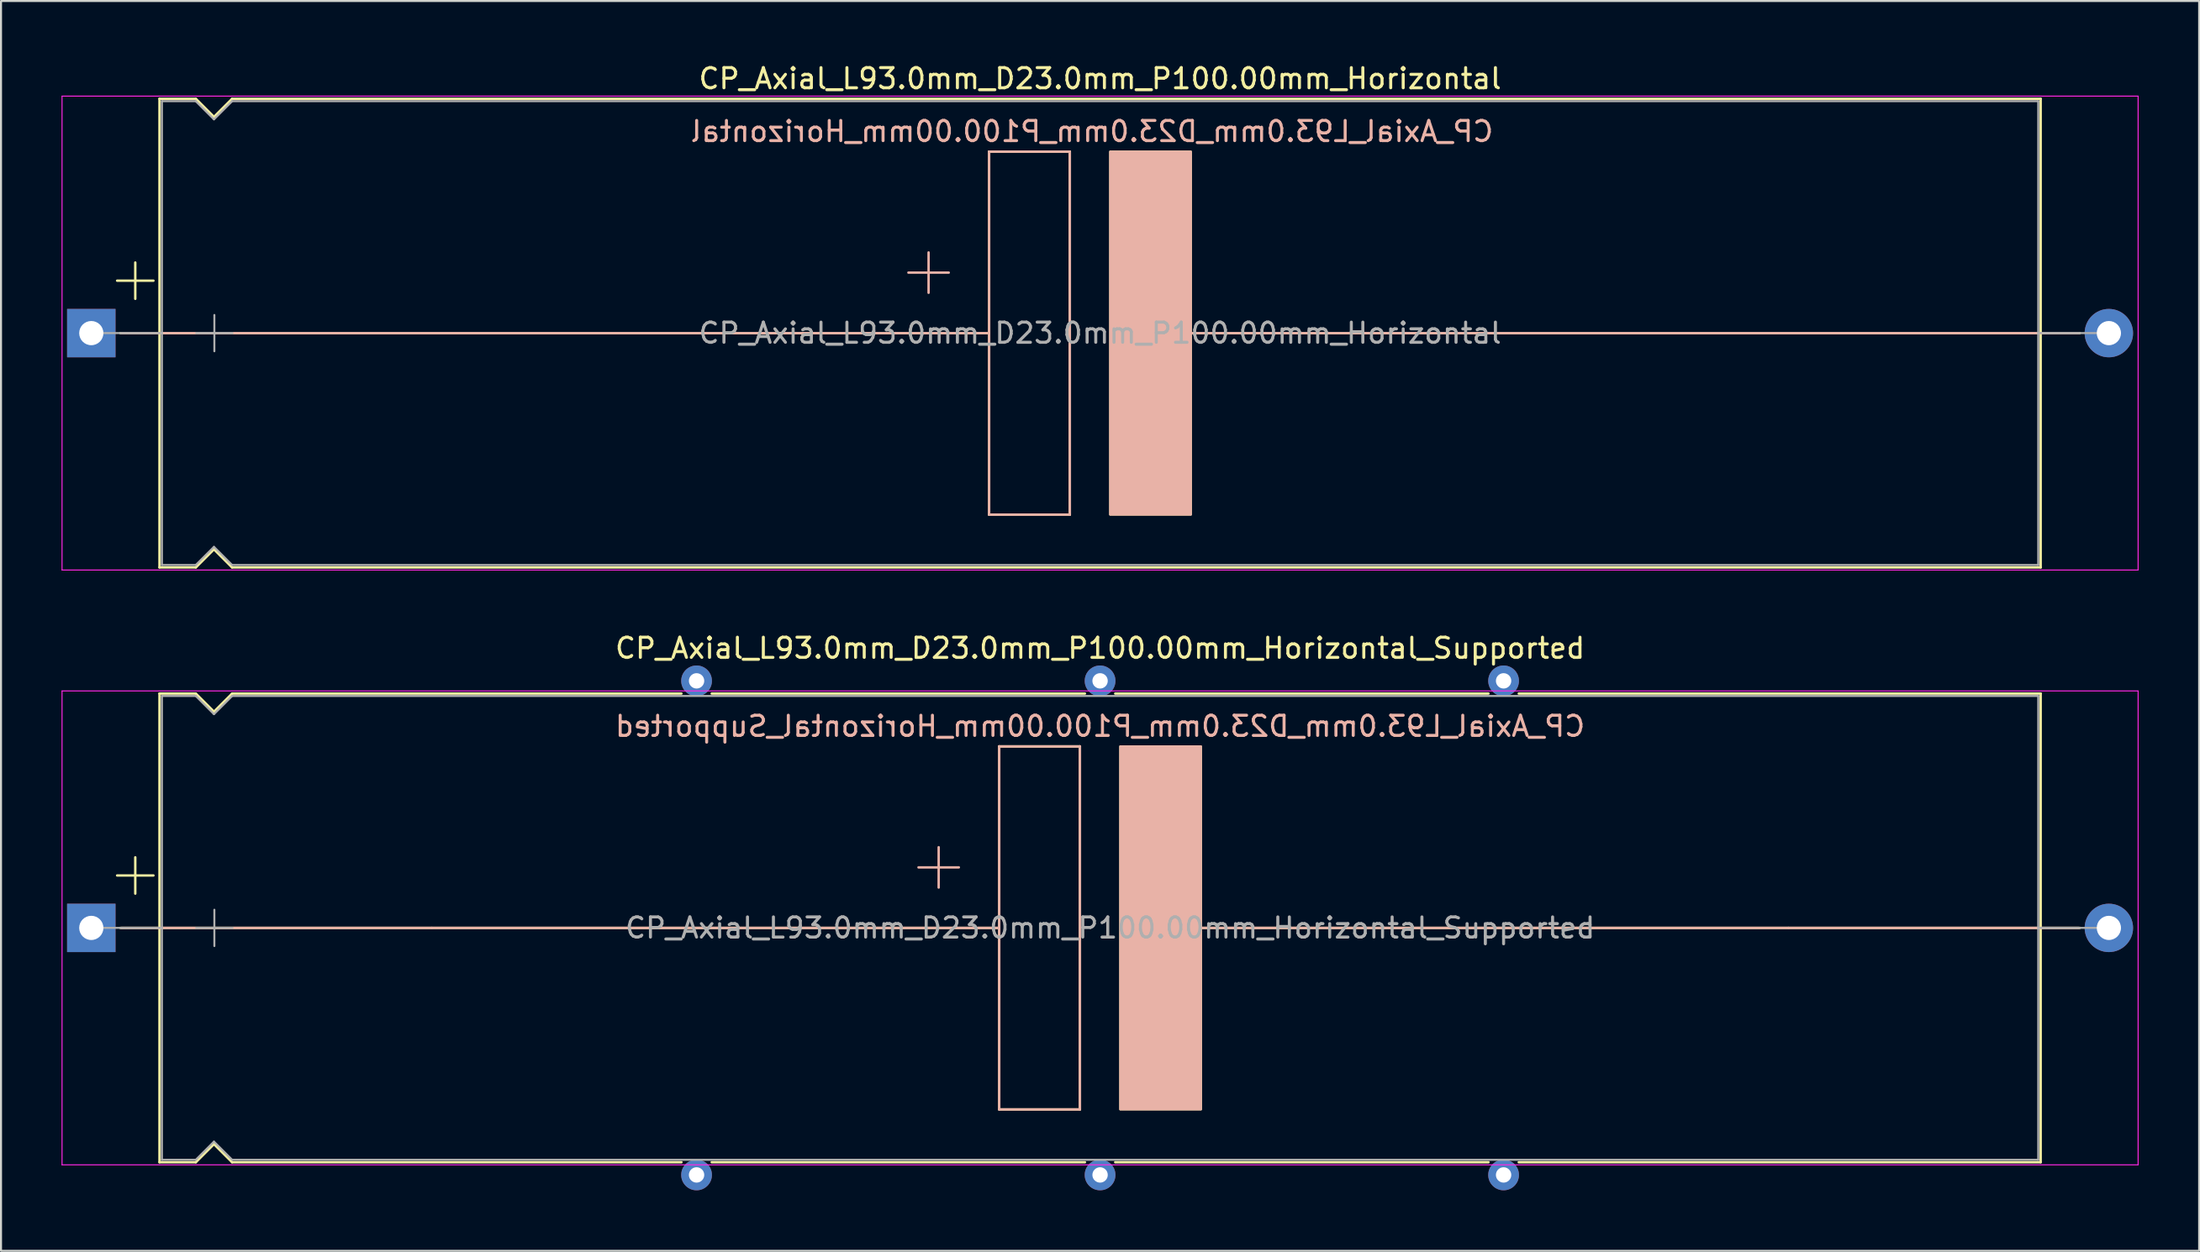
<source format=kicad_pcb>
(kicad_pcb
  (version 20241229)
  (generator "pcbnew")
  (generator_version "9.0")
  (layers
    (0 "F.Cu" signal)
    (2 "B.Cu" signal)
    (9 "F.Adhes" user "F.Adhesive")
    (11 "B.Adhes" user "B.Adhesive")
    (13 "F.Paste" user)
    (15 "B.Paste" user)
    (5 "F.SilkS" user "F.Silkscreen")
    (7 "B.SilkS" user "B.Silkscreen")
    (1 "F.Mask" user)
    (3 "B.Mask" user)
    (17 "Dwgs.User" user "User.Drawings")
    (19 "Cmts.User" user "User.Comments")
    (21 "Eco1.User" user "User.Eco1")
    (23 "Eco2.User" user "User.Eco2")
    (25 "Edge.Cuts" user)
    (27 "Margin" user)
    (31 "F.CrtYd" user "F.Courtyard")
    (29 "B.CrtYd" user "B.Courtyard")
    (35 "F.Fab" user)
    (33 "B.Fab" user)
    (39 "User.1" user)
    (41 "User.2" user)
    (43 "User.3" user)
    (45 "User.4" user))
  (footprint "CP_Axial_L93.0mm_D23.0mm_P100.00mm_Horizontal"
    (layer "F.Cu")
    (at 1.475 13.468)
    (property "Reference" "CP_Axial_L93.0mm_D23.0mm_P100.00mm_Horizontal" (at 50 -12.62 0) (layer "F.SilkS") (effects (font (size 1 1) (thickness 0.15))))
    (fp_line (start 1.28 -2.6) (end 3.08 -2.6) (stroke (width 0.12) (type solid)) (layer "F.SilkS"))
    (fp_line (start 1.44 0) (end 3.38 0) (stroke (width 0.12) (type solid)) (layer "F.SilkS"))
    (fp_line (start 2.18 -3.5) (end 2.18 -1.7) (stroke (width 0.12) (type solid)) (layer "F.SilkS"))
    (fp_line (start 3.38 -11.62) (end 3.38 11.62) (stroke (width 0.12) (type solid)) (layer "F.SilkS"))
    (fp_line (start 3.38 -11.62) (end 5.18 -11.62) (stroke (width 0.12) (type solid)) (layer "F.SilkS"))
    (fp_line (start 3.38 0) (end 44.5 0) (stroke (width 0.12) (type solid)) (layer "F.SilkS"))
    (fp_line (start 3.38 11.62) (end 5.18 11.62) (stroke (width 0.12) (type solid)) (layer "F.SilkS"))
    (fp_line (start 5.18 -11.62) (end 6.08 -10.72) (stroke (width 0.12) (type solid)) (layer "F.SilkS"))
    (fp_line (start 5.18 11.62) (end 6.08 10.72) (stroke (width 0.12) (type solid)) (layer "F.SilkS"))
    (fp_line (start 6.08 -10.72) (end 6.98 -11.62) (stroke (width 0.12) (type solid)) (layer "F.SilkS"))
    (fp_line (start 6.08 10.72) (end 6.98 11.62) (stroke (width 0.12) (type solid)) (layer "F.SilkS"))
    (fp_line (start 6.98 -11.62) (end 96.62 -11.62) (stroke (width 0.12) (type solid)) (layer "F.SilkS"))
    (fp_line (start 6.98 11.62) (end 96.62 11.62) (stroke (width 0.12) (type solid)) (layer "F.SilkS"))
    (fp_line (start 44.5 -9) (end 48.5 -9) (stroke (width 0.12) (type solid)) (layer "F.SilkS"))
    (fp_line (start 44.5 9) (end 44.5 -9) (stroke (width 0.12) (type solid)) (layer "F.SilkS"))
    (fp_line (start 48.5 -9) (end 48.5 9) (stroke (width 0.12) (type solid)) (layer "F.SilkS"))
    (fp_line (start 48.5 9) (end 44.5 9) (stroke (width 0.12) (type solid)) (layer "F.SilkS"))
    (fp_line (start 54.5 0) (end 96.62 0) (stroke (width 0.12) (type solid)) (layer "F.SilkS"))
    (fp_line (start 96.62 -11.62) (end 96.62 11.62) (stroke (width 0.12) (type solid)) (layer "F.SilkS"))
    (fp_line (start 98.56 0) (end 96.62 0) (stroke (width 0.12) (type solid)) (layer "F.SilkS"))
    (fp_poly (pts (xy 54.5 9) (xy 50.5 9) (xy 50.5 -9) (xy 54.5 -9)) (stroke (width 0.1) (type solid)) (fill yes) (layer "F.SilkS"))
    (fp_line (start 1.5 0) (end 16.38 0) (stroke (width 0.12) (type solid)) (layer "B.SilkS"))
    (fp_line (start 16.38 0) (end 44.5 0) (stroke (width 0.12) (type solid)) (layer "B.SilkS"))
    (fp_line (start 41.5 -2) (end 41.5 -4) (stroke (width 0.12) (type solid)) (layer "B.SilkS"))
    (fp_line (start 42.5 -3) (end 40.5 -3) (stroke (width 0.12) (type solid)) (layer "B.SilkS"))
    (fp_line (start 44.5 -9) (end 48.5 -9) (stroke (width 0.12) (type solid)) (layer "B.SilkS"))
    (fp_line (start 44.5 9) (end 44.5 -9) (stroke (width 0.12) (type solid)) (layer "B.SilkS"))
    (fp_line (start 48.5 -9) (end 48.5 9) (stroke (width 0.12) (type solid)) (layer "B.SilkS"))
    (fp_line (start 48.5 9) (end 44.5 9) (stroke (width 0.12) (type solid)) (layer "B.SilkS"))
    (fp_line (start 54.5 0) (end 83.62 0) (stroke (width 0.12) (type solid)) (layer "B.SilkS"))
    (fp_line (start 98.5 0) (end 83.62 0) (stroke (width 0.12) (type solid)) (layer "B.SilkS"))
    (fp_poly (pts (xy 54.5 9) (xy 50.5 9) (xy 50.5 -9) (xy 54.5 -9)) (stroke (width 0.1) (type solid)) (fill yes) (layer "B.SilkS"))
    (fp_line (start -1.45 -11.75) (end -1.45 11.75) (stroke (width 0.05) (type solid)) (layer "F.CrtYd"))
    (fp_line (start -1.45 11.75) (end 101.45 11.75) (stroke (width 0.05) (type solid)) (layer "F.CrtYd"))
    (fp_line (start 101.45 -11.75) (end -1.45 -11.75) (stroke (width 0.05) (type solid)) (layer "F.CrtYd"))
    (fp_line (start 101.45 11.75) (end 101.45 -11.75) (stroke (width 0.05) (type solid)) (layer "F.CrtYd"))
    (fp_line (start 0 0) (end 3.5 0) (stroke (width 0.1) (type solid)) (layer "F.Fab"))
    (fp_line (start 3.5 -11.5) (end 3.5 11.5) (stroke (width 0.1) (type solid)) (layer "F.Fab"))
    (fp_line (start 3.5 -11.5) (end 5.18 -11.5) (stroke (width 0.1) (type solid)) (layer "F.Fab"))
    (fp_line (start 3.5 11.5) (end 5.18 11.5) (stroke (width 0.1) (type solid)) (layer "F.Fab"))
    (fp_line (start 5.18 -11.5) (end 6.08 -10.6) (stroke (width 0.1) (type solid)) (layer "F.Fab"))
    (fp_line (start 5.18 11.5) (end 6.08 10.6) (stroke (width 0.1) (type solid)) (layer "F.Fab"))
    (fp_line (start 5.2 0) (end 7 0) (stroke (width 0.1) (type solid)) (layer "F.Fab"))
    (fp_line (start 6.08 -10.6) (end 6.98 -11.5) (stroke (width 0.1) (type solid)) (layer "F.Fab"))
    (fp_line (start 6.08 10.6) (end 6.98 11.5) (stroke (width 0.1) (type solid)) (layer "F.Fab"))
    (fp_line (start 6.1 -0.9) (end 6.1 0.9) (stroke (width 0.1) (type solid)) (layer "F.Fab"))
    (fp_line (start 6.98 -11.5) (end 96.5 -11.5) (stroke (width 0.1) (type solid)) (layer "F.Fab"))
    (fp_line (start 6.98 11.5) (end 96.5 11.5) (stroke (width 0.1) (type solid)) (layer "F.Fab"))
    (fp_line (start 96.5 -11.5) (end 96.5 11.5) (stroke (width 0.1) (type solid)) (layer "F.Fab"))
    (fp_line (start 100 0) (end 96.5 0) (stroke (width 0.1) (type solid)) (layer "F.Fab"))
    (fp_text user "${REFERENCE}" (at 49.6 -10 0) (layer "B.SilkS") (effects (font (size 1 1) (thickness 0.15)) (justify mirror)))
    (fp_text user "${REFERENCE}" (at 50 0 0) (layer "F.Fab") (effects (font (size 1 1) (thickness 0.15))))
    (pad "1" thru_hole rect (at 0 0) (size 2.4 2.4) (drill 1.2) (layers "*.Cu" "*.Mask"))
    (pad "2" thru_hole oval (at 100 0) (size 2.4 2.4) (drill 1.2) (layers "*.Cu" "*.Mask")))
  (footprint "CP_Axial_L93.0mm_D23.0mm_P100.00mm_Horizontal_Supported"
    (layer "F.Cu")
    (at 1.475 42.962)
    (property "Reference" "CP_Axial_L93.0mm_D23.0mm_P100.00mm_Horizontal_Supported" (at 50 -13.87 0) (layer "F.SilkS") (effects (font (size 1 1) (thickness 0.15))))
    (fp_line (start 1.28 -2.6) (end 3.08 -2.6) (stroke (width 0.12) (type solid)) (layer "F.SilkS"))
    (fp_line (start 1.44 0) (end 3.38 0) (stroke (width 0.12) (type solid)) (layer "F.SilkS"))
    (fp_line (start 2.18 -3.5) (end 2.18 -1.7) (stroke (width 0.12) (type solid)) (layer "F.SilkS"))
    (fp_line (start 3.38 -11.62) (end 3.38 11.62) (stroke (width 0.12) (type solid)) (layer "F.SilkS"))
    (fp_line (start 3.38 -11.62) (end 5.18 -11.62) (stroke (width 0.12) (type solid)) (layer "F.SilkS"))
    (fp_line (start 3.38 0) (end 45 0) (stroke (width 0.12) (type solid)) (layer "F.SilkS"))
    (fp_line (start 3.38 11.62) (end 5.18 11.62) (stroke (width 0.12) (type solid)) (layer "F.SilkS"))
    (fp_line (start 5.18 -11.62) (end 6.08 -10.72) (stroke (width 0.12) (type solid)) (layer "F.SilkS"))
    (fp_line (start 5.18 11.62) (end 6.08 10.72) (stroke (width 0.12) (type solid)) (layer "F.SilkS"))
    (fp_line (start 6.08 -10.72) (end 6.98 -11.62) (stroke (width 0.12) (type solid)) (layer "F.SilkS"))
    (fp_line (start 6.08 10.72) (end 6.98 11.62) (stroke (width 0.12) (type solid)) (layer "F.SilkS"))
    (fp_line (start 6.98 -11.62) (end 29.25 -11.62) (stroke (width 0.12) (type solid)) (layer "F.SilkS"))
    (fp_line (start 6.98 11.62) (end 29.25 11.62) (stroke (width 0.12) (type solid)) (layer "F.SilkS"))
    (fp_line (start 30.75 -11.62) (end 49.25 -11.62) (stroke (width 0.12) (type solid)) (layer "F.SilkS"))
    (fp_line (start 30.75 11.62) (end 49.25 11.62) (stroke (width 0.12) (type solid)) (layer "F.SilkS"))
    (fp_line (start 45 -9) (end 49 -9) (stroke (width 0.12) (type solid)) (layer "F.SilkS"))
    (fp_line (start 45 9) (end 45 -9) (stroke (width 0.12) (type solid)) (layer "F.SilkS"))
    (fp_line (start 49 -9) (end 49 9) (stroke (width 0.12) (type solid)) (layer "F.SilkS"))
    (fp_line (start 49 9) (end 45 9) (stroke (width 0.12) (type solid)) (layer "F.SilkS"))
    (fp_line (start 50.75 -11.62) (end 69.25 -11.62) (stroke (width 0.12) (type solid)) (layer "F.SilkS"))
    (fp_line (start 50.75 11.62) (end 69.25 11.62) (stroke (width 0.12) (type solid)) (layer "F.SilkS"))
    (fp_line (start 54.5 0) (end 96.62 0) (stroke (width 0.12) (type solid)) (layer "F.SilkS"))
    (fp_line (start 70.75 -11.62) (end 96.62 -11.62) (stroke (width 0.12) (type solid)) (layer "F.SilkS"))
    (fp_line (start 70.75 11.62) (end 96.62 11.62) (stroke (width 0.12) (type solid)) (layer "F.SilkS"))
    (fp_line (start 96.62 -11.62) (end 96.62 11.62) (stroke (width 0.12) (type solid)) (layer "F.SilkS"))
    (fp_line (start 98.56 0) (end 96.62 0) (stroke (width 0.12) (type solid)) (layer "F.SilkS"))
    (fp_poly (pts (xy 55 9) (xy 51 9) (xy 51 -9) (xy 55 -9)) (stroke (width 0.1) (type solid)) (fill yes) (layer "F.SilkS"))
    (fp_line (start 1.5 0) (end 16.88 0) (stroke (width 0.12) (type solid)) (layer "B.SilkS"))
    (fp_line (start 16.88 0) (end 45 0) (stroke (width 0.12) (type solid)) (layer "B.SilkS"))
    (fp_line (start 42 -2) (end 42 -4) (stroke (width 0.12) (type solid)) (layer "B.SilkS"))
    (fp_line (start 43 -3) (end 41 -3) (stroke (width 0.12) (type solid)) (layer "B.SilkS"))
    (fp_line (start 45 -9) (end 49 -9) (stroke (width 0.12) (type solid)) (layer "B.SilkS"))
    (fp_line (start 45 9) (end 45 -9) (stroke (width 0.12) (type solid)) (layer "B.SilkS"))
    (fp_line (start 49 -9) (end 49 9) (stroke (width 0.12) (type solid)) (layer "B.SilkS"))
    (fp_line (start 49 9) (end 45 9) (stroke (width 0.12) (type solid)) (layer "B.SilkS"))
    (fp_line (start 55 0) (end 84.12 0) (stroke (width 0.12) (type solid)) (layer "B.SilkS"))
    (fp_line (start 98.5 0) (end 84.12 0) (stroke (width 0.12) (type solid)) (layer "B.SilkS"))
    (fp_poly (pts (xy 55 9) (xy 51 9) (xy 51 -9) (xy 55 -9)) (stroke (width 0.1) (type solid)) (fill yes) (layer "B.SilkS"))
    (fp_line (start -1.45 -11.75) (end -1.45 11.75) (stroke (width 0.05) (type solid)) (layer "F.CrtYd"))
    (fp_line (start -1.45 11.75) (end 101.45 11.75) (stroke (width 0.05) (type solid)) (layer "F.CrtYd"))
    (fp_line (start 101.45 -11.75) (end -1.45 -11.75) (stroke (width 0.05) (type solid)) (layer "F.CrtYd"))
    (fp_line (start 101.45 11.75) (end 101.45 -11.75) (stroke (width 0.05) (type solid)) (layer "F.CrtYd"))
    (fp_line (start 0 0) (end 3.5 0) (stroke (width 0.1) (type solid)) (layer "F.Fab"))
    (fp_line (start 3.5 -11.5) (end 3.5 11.5) (stroke (width 0.1) (type solid)) (layer "F.Fab"))
    (fp_line (start 3.5 -11.5) (end 5.18 -11.5) (stroke (width 0.1) (type solid)) (layer "F.Fab"))
    (fp_line (start 3.5 11.5) (end 5.18 11.5) (stroke (width 0.1) (type solid)) (layer "F.Fab"))
    (fp_line (start 5.18 -11.5) (end 6.08 -10.6) (stroke (width 0.1) (type solid)) (layer "F.Fab"))
    (fp_line (start 5.18 11.5) (end 6.08 10.6) (stroke (width 0.1) (type solid)) (layer "F.Fab"))
    (fp_line (start 5.2 0) (end 7 0) (stroke (width 0.1) (type solid)) (layer "F.Fab"))
    (fp_line (start 6.08 -10.6) (end 6.98 -11.5) (stroke (width 0.1) (type solid)) (layer "F.Fab"))
    (fp_line (start 6.08 10.6) (end 6.98 11.5) (stroke (width 0.1) (type solid)) (layer "F.Fab"))
    (fp_line (start 6.1 -0.9) (end 6.1 0.9) (stroke (width 0.1) (type solid)) (layer "F.Fab"))
    (fp_line (start 6.98 -11.5) (end 96.5 -11.5) (stroke (width 0.1) (type solid)) (layer "F.Fab"))
    (fp_line (start 6.98 11.5) (end 96.5 11.5) (stroke (width 0.1) (type solid)) (layer "F.Fab"))
    (fp_line (start 96.5 -11.5) (end 96.5 11.5) (stroke (width 0.1) (type solid)) (layer "F.Fab"))
    (fp_line (start 100 0) (end 96.5 0) (stroke (width 0.1) (type solid)) (layer "F.Fab"))
    (fp_text user "${REFERENCE}" (at 50 -10 0) (layer "B.SilkS") (effects (font (size 1 1) (thickness 0.15)) (justify mirror)))
    (fp_text user "${REFERENCE}" (at 50.5 0 0) (layer "F.Fab") (effects (font (size 1 1) (thickness 0.15))))
    (pad "" thru_hole circle (at 30 -12.25) (size 1.524 1.524) (drill 0.762) (layers "*.Cu" "*.Mask"))
    (pad "" thru_hole circle (at 30 12.25) (size 1.524 1.524) (drill 0.762) (layers "*.Cu" "*.Mask"))
    (pad "" thru_hole circle (at 50 -12.25) (size 1.524 1.524) (drill 0.762) (layers "*.Cu" "*.Mask"))
    (pad "" thru_hole circle (at 50 12.25) (size 1.524 1.524) (drill 0.762) (layers "*.Cu" "*.Mask"))
    (pad "" thru_hole circle (at 70 -12.25) (size 1.524 1.524) (drill 0.762) (layers "*.Cu" "*.Mask"))
    (pad "" thru_hole circle (at 70 12.25) (size 1.524 1.524) (drill 0.762) (layers "*.Cu" "*.Mask"))
    (pad "1" thru_hole rect (at 0 0) (size 2.4 2.4) (drill 1.2) (layers "*.Cu" "*.Mask"))
    (pad "2" thru_hole oval (at 100 0) (size 2.4 2.4) (drill 1.2) (layers "*.Cu" "*.Mask")))
  (gr_rect
    (start -3 -3)
    (end 105.95 58.974)
    (stroke (width 0.1) (type default))
    (fill no)
    (layer "Edge.Cuts")))
</source>
